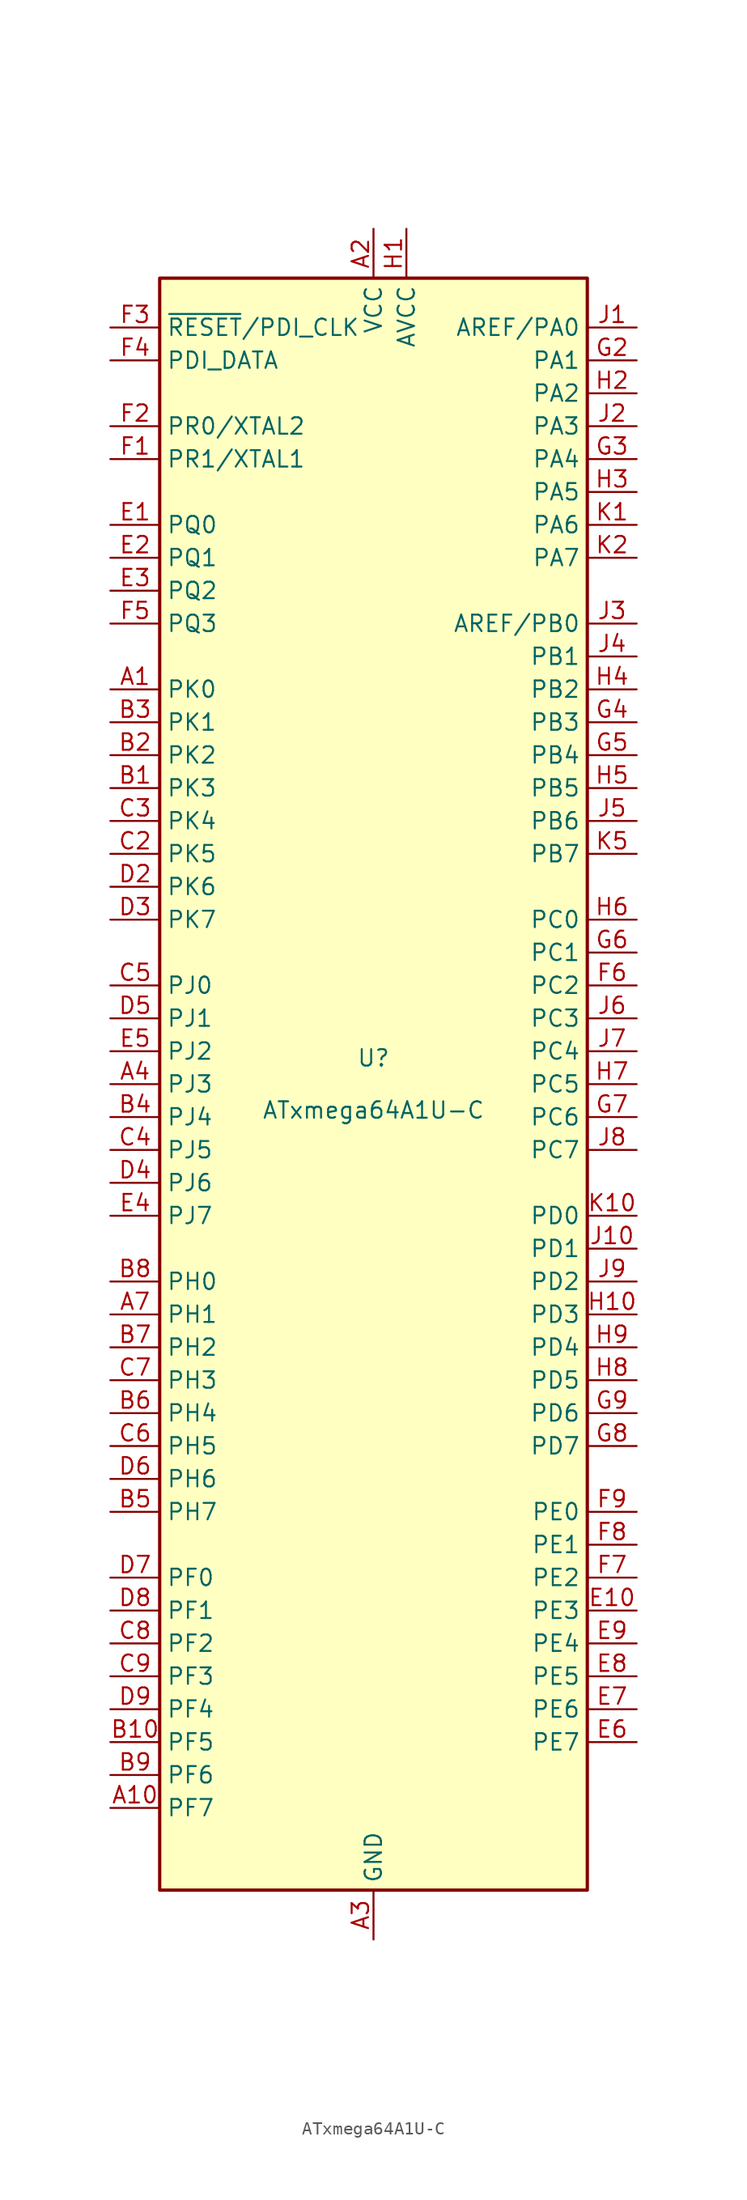
<source format=kicad_sym>
(kicad_symbol_lib
  (version 20201005)
  (generator kicad_symbol_editor)
  (symbol "MCU_Microchip_ATmega:ATxmega64A1U-C"
    (property "Reference" "U"
      (at 0 1.27 0)
      (effects (font (size 1.27 1.27)) (justify bottom)))
    (property "Value" "ATxmega64A1U-C"
      (at 0 -1.27 0)
      (effects (font (size 1.27 1.27)) (justify top)))
    (symbol "ATxmega64A1U-C_0_1"
      (rectangle (start -16.51 -62.23) (end 16.51 62.23) (stroke (width 0.254)) (fill (type background))))
    (symbol "ATxmega64A1U-C_1_1"
      (pin bidirectional line (at -20.32 30.48 0) (length 3.81) (name "PK0" (effects (font (size 1.27 1.27)))) (number "A1" (effects (font (size 1.27 1.27)))))
      (pin bidirectional line (at -20.32 -55.88 0) (length 3.81) (name "PF7" (effects (font (size 1.27 1.27)))) (number "A10" (effects (font (size 1.27 1.27)))))
      (pin power_in line (at 0 66.04 270) (length 3.81) (name "VCC" (effects (font (size 1.27 1.27)))) (number "A2" (effects (font (size 1.27 1.27)))))
      (pin power_in line (at 0 -66.04 90) (length 3.81) (name "GND" (effects (font (size 1.27 1.27)))) (number "A3" (effects (font (size 1.27 1.27)))))
      (pin bidirectional line (at -20.32 0 0) (length 3.81) (name "PJ3" (effects (font (size 1.27 1.27)))) (number "A4" (effects (font (size 1.27 1.27)))))
      (pin passive line (at 0 66.04 270) (length 3.81) hide (name "VCC" (effects (font (size 1.27 1.27)))) (number "A5" (effects (font (size 1.27 1.27)))))
      (pin passive line (at 0 -66.04 90) (length 3.81) hide (name "GND" (effects (font (size 1.27 1.27)))) (number "A6" (effects (font (size 1.27 1.27)))))
      (pin bidirectional line (at -20.32 -17.78 0) (length 3.81) (name "PH1" (effects (font (size 1.27 1.27)))) (number "A7" (effects (font (size 1.27 1.27)))))
      (pin passive line (at 0 -66.04 90) (length 3.81) hide (name "GND" (effects (font (size 1.27 1.27)))) (number "A8" (effects (font (size 1.27 1.27)))))
      (pin passive line (at 0 66.04 270) (length 3.81) hide (name "VCC" (effects (font (size 1.27 1.27)))) (number "A9" (effects (font (size 1.27 1.27)))))
      (pin bidirectional line (at -20.32 22.86 0) (length 3.81) (name "PK3" (effects (font (size 1.27 1.27)))) (number "B1" (effects (font (size 1.27 1.27)))))
      (pin bidirectional line (at -20.32 -50.8 0) (length 3.81) (name "PF5" (effects (font (size 1.27 1.27)))) (number "B10" (effects (font (size 1.27 1.27)))))
      (pin bidirectional line (at -20.32 25.4 0) (length 3.81) (name "PK2" (effects (font (size 1.27 1.27)))) (number "B2" (effects (font (size 1.27 1.27)))))
      (pin bidirectional line (at -20.32 27.94 0) (length 3.81) (name "PK1" (effects (font (size 1.27 1.27)))) (number "B3" (effects (font (size 1.27 1.27)))))
      (pin bidirectional line (at -20.32 -2.54 0) (length 3.81) (name "PJ4" (effects (font (size 1.27 1.27)))) (number "B4" (effects (font (size 1.27 1.27)))))
      (pin bidirectional line (at -20.32 -33.02 0) (length 3.81) (name "PH7" (effects (font (size 1.27 1.27)))) (number "B5" (effects (font (size 1.27 1.27)))))
      (pin bidirectional line (at -20.32 -25.4 0) (length 3.81) (name "PH4" (effects (font (size 1.27 1.27)))) (number "B6" (effects (font (size 1.27 1.27)))))
      (pin bidirectional line (at -20.32 -20.32 0) (length 3.81) (name "PH2" (effects (font (size 1.27 1.27)))) (number "B7" (effects (font (size 1.27 1.27)))))
      (pin bidirectional line (at -20.32 -15.24 0) (length 3.81) (name "PH0" (effects (font (size 1.27 1.27)))) (number "B8" (effects (font (size 1.27 1.27)))))
      (pin bidirectional line (at -20.32 -53.34 0) (length 3.81) (name "PF6" (effects (font (size 1.27 1.27)))) (number "B9" (effects (font (size 1.27 1.27)))))
      (pin passive line (at 0 66.04 270) (length 3.81) hide (name "VCC" (effects (font (size 1.27 1.27)))) (number "C1" (effects (font (size 1.27 1.27)))))
      (pin passive line (at 0 66.04 270) (length 3.81) hide (name "VCC" (effects (font (size 1.27 1.27)))) (number "C10" (effects (font (size 1.27 1.27)))))
      (pin bidirectional line (at -20.32 17.78 0) (length 3.81) (name "PK5" (effects (font (size 1.27 1.27)))) (number "C2" (effects (font (size 1.27 1.27)))))
      (pin bidirectional line (at -20.32 20.32 0) (length 3.81) (name "PK4" (effects (font (size 1.27 1.27)))) (number "C3" (effects (font (size 1.27 1.27)))))
      (pin bidirectional line (at -20.32 -5.08 0) (length 3.81) (name "PJ5" (effects (font (size 1.27 1.27)))) (number "C4" (effects (font (size 1.27 1.27)))))
      (pin bidirectional line (at -20.32 7.62 0) (length 3.81) (name "PJ0" (effects (font (size 1.27 1.27)))) (number "C5" (effects (font (size 1.27 1.27)))))
      (pin bidirectional line (at -20.32 -27.94 0) (length 3.81) (name "PH5" (effects (font (size 1.27 1.27)))) (number "C6" (effects (font (size 1.27 1.27)))))
      (pin bidirectional line (at -20.32 -22.86 0) (length 3.81) (name "PH3" (effects (font (size 1.27 1.27)))) (number "C7" (effects (font (size 1.27 1.27)))))
      (pin bidirectional line (at -20.32 -43.18 0) (length 3.81) (name "PF2" (effects (font (size 1.27 1.27)))) (number "C8" (effects (font (size 1.27 1.27)))))
      (pin bidirectional line (at -20.32 -45.72 0) (length 3.81) (name "PF3" (effects (font (size 1.27 1.27)))) (number "C9" (effects (font (size 1.27 1.27)))))
      (pin passive line (at 0 -66.04 90) (length 3.81) hide (name "GND" (effects (font (size 1.27 1.27)))) (number "D1" (effects (font (size 1.27 1.27)))))
      (pin passive line (at 0 -66.04 90) (length 3.81) hide (name "GND" (effects (font (size 1.27 1.27)))) (number "D10" (effects (font (size 1.27 1.27)))))
      (pin bidirectional line (at -20.32 15.24 0) (length 3.81) (name "PK6" (effects (font (size 1.27 1.27)))) (number "D2" (effects (font (size 1.27 1.27)))))
      (pin bidirectional line (at -20.32 12.7 0) (length 3.81) (name "PK7" (effects (font (size 1.27 1.27)))) (number "D3" (effects (font (size 1.27 1.27)))))
      (pin bidirectional line (at -20.32 -7.62 0) (length 3.81) (name "PJ6" (effects (font (size 1.27 1.27)))) (number "D4" (effects (font (size 1.27 1.27)))))
      (pin bidirectional line (at -20.32 5.08 0) (length 3.81) (name "PJ1" (effects (font (size 1.27 1.27)))) (number "D5" (effects (font (size 1.27 1.27)))))
      (pin bidirectional line (at -20.32 -30.48 0) (length 3.81) (name "PH6" (effects (font (size 1.27 1.27)))) (number "D6" (effects (font (size 1.27 1.27)))))
      (pin bidirectional line (at -20.32 -38.1 0) (length 3.81) (name "PF0" (effects (font (size 1.27 1.27)))) (number "D7" (effects (font (size 1.27 1.27)))))
      (pin bidirectional line (at -20.32 -40.64 0) (length 3.81) (name "PF1" (effects (font (size 1.27 1.27)))) (number "D8" (effects (font (size 1.27 1.27)))))
      (pin bidirectional line (at -20.32 -48.26 0) (length 3.81) (name "PF4" (effects (font (size 1.27 1.27)))) (number "D9" (effects (font (size 1.27 1.27)))))
      (pin bidirectional line (at -20.32 43.18 0) (length 3.81) (name "PQ0" (effects (font (size 1.27 1.27)))) (number "E1" (effects (font (size 1.27 1.27)))))
      (pin bidirectional line (at 20.32 -40.64 180) (length 3.81) (name "PE3" (effects (font (size 1.27 1.27)))) (number "E10" (effects (font (size 1.27 1.27)))))
      (pin bidirectional line (at -20.32 40.64 0) (length 3.81) (name "PQ1" (effects (font (size 1.27 1.27)))) (number "E2" (effects (font (size 1.27 1.27)))))
      (pin bidirectional line (at -20.32 38.1 0) (length 3.81) (name "PQ2" (effects (font (size 1.27 1.27)))) (number "E3" (effects (font (size 1.27 1.27)))))
      (pin bidirectional line (at -20.32 -10.16 0) (length 3.81) (name "PJ7" (effects (font (size 1.27 1.27)))) (number "E4" (effects (font (size 1.27 1.27)))))
      (pin bidirectional line (at -20.32 2.54 0) (length 3.81) (name "PJ2" (effects (font (size 1.27 1.27)))) (number "E5" (effects (font (size 1.27 1.27)))))
      (pin bidirectional line (at 20.32 -50.8 180) (length 3.81) (name "PE7" (effects (font (size 1.27 1.27)))) (number "E6" (effects (font (size 1.27 1.27)))))
      (pin bidirectional line (at 20.32 -48.26 180) (length 3.81) (name "PE6" (effects (font (size 1.27 1.27)))) (number "E7" (effects (font (size 1.27 1.27)))))
      (pin bidirectional line (at 20.32 -45.72 180) (length 3.81) (name "PE5" (effects (font (size 1.27 1.27)))) (number "E8" (effects (font (size 1.27 1.27)))))
      (pin bidirectional line (at 20.32 -43.18 180) (length 3.81) (name "PE4" (effects (font (size 1.27 1.27)))) (number "E9" (effects (font (size 1.27 1.27)))))
      (pin bidirectional line (at -20.32 48.26 0) (length 3.81) (name "PR1/XTAL1" (effects (font (size 1.27 1.27)))) (number "F1" (effects (font (size 1.27 1.27)))))
      (pin passive line (at 0 66.04 270) (length 3.81) hide (name "VCC" (effects (font (size 1.27 1.27)))) (number "F10" (effects (font (size 1.27 1.27)))))
      (pin bidirectional line (at -20.32 50.8 0) (length 3.81) (name "PR0/XTAL2" (effects (font (size 1.27 1.27)))) (number "F2" (effects (font (size 1.27 1.27)))))
      (pin input line (at -20.32 58.42 0) (length 3.81) (name "~RESET~/PDI_CLK" (effects (font (size 1.27 1.27)))) (number "F3" (effects (font (size 1.27 1.27)))))
      (pin bidirectional line (at -20.32 55.88 0) (length 3.81) (name "PDI_DATA" (effects (font (size 1.27 1.27)))) (number "F4" (effects (font (size 1.27 1.27)))))
      (pin bidirectional line (at -20.32 35.56 0) (length 3.81) (name "PQ3" (effects (font (size 1.27 1.27)))) (number "F5" (effects (font (size 1.27 1.27)))))
      (pin bidirectional line (at 20.32 7.62 180) (length 3.81) (name "PC2" (effects (font (size 1.27 1.27)))) (number "F6" (effects (font (size 1.27 1.27)))))
      (pin bidirectional line (at 20.32 -38.1 180) (length 3.81) (name "PE2" (effects (font (size 1.27 1.27)))) (number "F7" (effects (font (size 1.27 1.27)))))
      (pin bidirectional line (at 20.32 -35.56 180) (length 3.81) (name "PE1" (effects (font (size 1.27 1.27)))) (number "F8" (effects (font (size 1.27 1.27)))))
      (pin bidirectional line (at 20.32 -33.02 180) (length 3.81) (name "PE0" (effects (font (size 1.27 1.27)))) (number "F9" (effects (font (size 1.27 1.27)))))
      (pin passive line (at 0 -66.04 90) (length 3.81) hide (name "GND" (effects (font (size 1.27 1.27)))) (number "G1" (effects (font (size 1.27 1.27)))))
      (pin passive line (at 0 -66.04 90) (length 3.81) hide (name "GND" (effects (font (size 1.27 1.27)))) (number "G10" (effects (font (size 1.27 1.27)))))
      (pin bidirectional line (at 20.32 55.88 180) (length 3.81) (name "PA1" (effects (font (size 1.27 1.27)))) (number "G2" (effects (font (size 1.27 1.27)))))
      (pin bidirectional line (at 20.32 48.26 180) (length 3.81) (name "PA4" (effects (font (size 1.27 1.27)))) (number "G3" (effects (font (size 1.27 1.27)))))
      (pin bidirectional line (at 20.32 27.94 180) (length 3.81) (name "PB3" (effects (font (size 1.27 1.27)))) (number "G4" (effects (font (size 1.27 1.27)))))
      (pin bidirectional line (at 20.32 25.4 180) (length 3.81) (name "PB4" (effects (font (size 1.27 1.27)))) (number "G5" (effects (font (size 1.27 1.27)))))
      (pin bidirectional line (at 20.32 10.16 180) (length 3.81) (name "PC1" (effects (font (size 1.27 1.27)))) (number "G6" (effects (font (size 1.27 1.27)))))
      (pin bidirectional line (at 20.32 -2.54 180) (length 3.81) (name "PC6" (effects (font (size 1.27 1.27)))) (number "G7" (effects (font (size 1.27 1.27)))))
      (pin bidirectional line (at 20.32 -27.94 180) (length 3.81) (name "PD7" (effects (font (size 1.27 1.27)))) (number "G8" (effects (font (size 1.27 1.27)))))
      (pin bidirectional line (at 20.32 -25.4 180) (length 3.81) (name "PD6" (effects (font (size 1.27 1.27)))) (number "G9" (effects (font (size 1.27 1.27)))))
      (pin power_in line (at 2.54 66.04 270) (length 3.81) (name "AVCC" (effects (font (size 1.27 1.27)))) (number "H1" (effects (font (size 1.27 1.27)))))
      (pin bidirectional line (at 20.32 -17.78 180) (length 3.81) (name "PD3" (effects (font (size 1.27 1.27)))) (number "H10" (effects (font (size 1.27 1.27)))))
      (pin bidirectional line (at 20.32 53.34 180) (length 3.81) (name "PA2" (effects (font (size 1.27 1.27)))) (number "H2" (effects (font (size 1.27 1.27)))))
      (pin bidirectional line (at 20.32 45.72 180) (length 3.81) (name "PA5" (effects (font (size 1.27 1.27)))) (number "H3" (effects (font (size 1.27 1.27)))))
      (pin bidirectional line (at 20.32 30.48 180) (length 3.81) (name "PB2" (effects (font (size 1.27 1.27)))) (number "H4" (effects (font (size 1.27 1.27)))))
      (pin bidirectional line (at 20.32 22.86 180) (length 3.81) (name "PB5" (effects (font (size 1.27 1.27)))) (number "H5" (effects (font (size 1.27 1.27)))))
      (pin bidirectional line (at 20.32 12.7 180) (length 3.81) (name "PC0" (effects (font (size 1.27 1.27)))) (number "H6" (effects (font (size 1.27 1.27)))))
      (pin bidirectional line (at 20.32 0 180) (length 3.81) (name "PC5" (effects (font (size 1.27 1.27)))) (number "H7" (effects (font (size 1.27 1.27)))))
      (pin bidirectional line (at 20.32 -22.86 180) (length 3.81) (name "PD5" (effects (font (size 1.27 1.27)))) (number "H8" (effects (font (size 1.27 1.27)))))
      (pin bidirectional line (at 20.32 -20.32 180) (length 3.81) (name "PD4" (effects (font (size 1.27 1.27)))) (number "H9" (effects (font (size 1.27 1.27)))))
      (pin bidirectional line (at 20.32 58.42 180) (length 3.81) (name "AREF/PA0" (effects (font (size 1.27 1.27)))) (number "J1" (effects (font (size 1.27 1.27)))))
      (pin bidirectional line (at 20.32 -12.7 180) (length 3.81) (name "PD1" (effects (font (size 1.27 1.27)))) (number "J10" (effects (font (size 1.27 1.27)))))
      (pin bidirectional line (at 20.32 50.8 180) (length 3.81) (name "PA3" (effects (font (size 1.27 1.27)))) (number "J2" (effects (font (size 1.27 1.27)))))
      (pin bidirectional line (at 20.32 35.56 180) (length 3.81) (name "AREF/PB0" (effects (font (size 1.27 1.27)))) (number "J3" (effects (font (size 1.27 1.27)))))
      (pin bidirectional line (at 20.32 33.02 180) (length 3.81) (name "PB1" (effects (font (size 1.27 1.27)))) (number "J4" (effects (font (size 1.27 1.27)))))
      (pin bidirectional line (at 20.32 20.32 180) (length 3.81) (name "PB6" (effects (font (size 1.27 1.27)))) (number "J5" (effects (font (size 1.27 1.27)))))
      (pin bidirectional line (at 20.32 5.08 180) (length 3.81) (name "PC3" (effects (font (size 1.27 1.27)))) (number "J6" (effects (font (size 1.27 1.27)))))
      (pin bidirectional line (at 20.32 2.54 180) (length 3.81) (name "PC4" (effects (font (size 1.27 1.27)))) (number "J7" (effects (font (size 1.27 1.27)))))
      (pin bidirectional line (at 20.32 -5.08 180) (length 3.81) (name "PC7" (effects (font (size 1.27 1.27)))) (number "J8" (effects (font (size 1.27 1.27)))))
      (pin bidirectional line (at 20.32 -15.24 180) (length 3.81) (name "PD2" (effects (font (size 1.27 1.27)))) (number "J9" (effects (font (size 1.27 1.27)))))
      (pin bidirectional line (at 20.32 43.18 180) (length 3.81) (name "PA6" (effects (font (size 1.27 1.27)))) (number "K1" (effects (font (size 1.27 1.27)))))
      (pin bidirectional line (at 20.32 -10.16 180) (length 3.81) (name "PD0" (effects (font (size 1.27 1.27)))) (number "K10" (effects (font (size 1.27 1.27)))))
      (pin bidirectional line (at 20.32 40.64 180) (length 3.81) (name "PA7" (effects (font (size 1.27 1.27)))) (number "K2" (effects (font (size 1.27 1.27)))))
      (pin passive line (at 0 -66.04 90) (length 3.81) hide (name "GND" (effects (font (size 1.27 1.27)))) (number "K3" (effects (font (size 1.27 1.27)))))
      (pin passive line (at 2.54 66.04 270) (length 3.81) hide (name "AVCC" (effects (font (size 1.27 1.27)))) (number "K4" (effects (font (size 1.27 1.27)))))
      (pin bidirectional line (at 20.32 17.78 180) (length 3.81) (name "PB7" (effects (font (size 1.27 1.27)))) (number "K5" (effects (font (size 1.27 1.27)))))
      (pin passive line (at 0 66.04 270) (length 3.81) hide (name "VCC" (effects (font (size 1.27 1.27)))) (number "K6" (effects (font (size 1.27 1.27)))))
      (pin passive line (at 0 -66.04 90) (length 3.81) hide (name "GND" (effects (font (size 1.27 1.27)))) (number "K7" (effects (font (size 1.27 1.27)))))
      (pin passive line (at 0 66.04 270) (length 3.81) hide (name "VCC" (effects (font (size 1.27 1.27)))) (number "K8" (effects (font (size 1.27 1.27)))))
      (pin passive line (at 0 -66.04 90) (length 3.81) hide (name "GND" (effects (font (size 1.27 1.27)))) (number "K9" (effects (font (size 1.27 1.27))))))))
</source>
